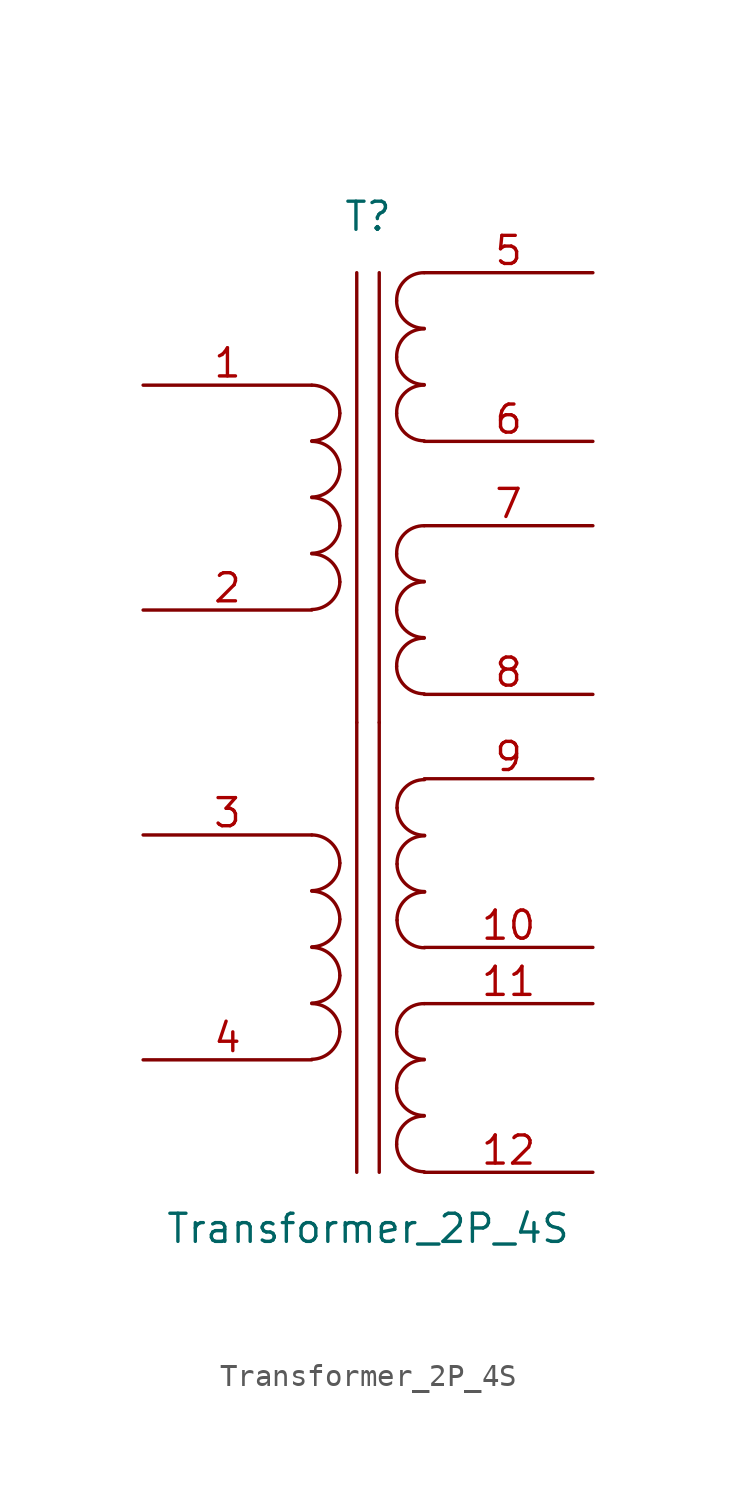
<source format=kicad_sym>
(kicad_symbol_lib
  (version 20220914)
  (generator kicad_symbol_editor)
  (symbol "Transformer_2P_4S"
    (pin_names
      (offset 1.016) hide)
    (property "Reference" "T"
      (at 0 12.7 0)
      (effects (font (size 1.27 1.27))))
    (property "Value" "Transformer_2P_4S"
      (at 0 -33.02 0)
      (effects (font (size 1.27 1.27))))
    (symbol "Transformer_2P_4S_0_1"
      (arc (start -2.54 -25.3746) (mid -1.6561 -25.0063) (end -1.27 -24.13) (stroke (width 0) (type default)) (fill (type none)))
      (arc (start -2.54 -22.8346) (mid -1.6561 -22.4663) (end -1.27 -21.59) (stroke (width 0) (type default)) (fill (type none)))
      (arc (start -2.54 -20.2946) (mid -1.6561 -19.9263) (end -1.27 -19.05) (stroke (width 0) (type default)) (fill (type none)))
      (arc (start -2.54 -17.7546) (mid -1.6561 -17.3863) (end -1.27 -16.51) (stroke (width 0) (type default)) (fill (type none)))
      (arc (start -2.54 -5.0546) (mid -1.6599 -4.6901) (end -1.27 -3.81) (stroke (width 0) (type default)) (fill (type none)))
      (arc (start -2.54 -2.5146) (mid -1.6599 -2.1501) (end -1.27 -1.27) (stroke (width 0) (type default)) (fill (type none)))
      (arc (start -2.54 0.0254) (mid -1.6599 0.3899) (end -1.27 1.27) (stroke (width 0) (type default)) (fill (type none)))
      (arc (start -2.54 2.5654) (mid -1.6599 2.9299) (end -1.27 3.81) (stroke (width 0) (type default)) (fill (type none)))
      (arc (start -1.27 -24.13) (mid -1.642 -23.232) (end -2.54 -22.86) (stroke (width 0) (type default)) (fill (type none)))
      (arc (start -1.27 -21.59) (mid -1.642 -20.692) (end -2.54 -20.32) (stroke (width 0) (type default)) (fill (type none)))
      (arc (start -1.27 -19.05) (mid -1.642 -18.152) (end -2.54 -17.78) (stroke (width 0) (type default)) (fill (type none)))
      (arc (start -1.27 -16.51) (mid -1.642 -15.612) (end -2.54 -15.24) (stroke (width 0) (type default)) (fill (type none)))
      (arc (start -1.27 -3.81) (mid -1.642 -2.912) (end -2.54 -2.54) (stroke (width 0) (type default)) (fill (type none)))
      (arc (start -1.27 -1.27) (mid -1.642 -0.372) (end -2.54 0) (stroke (width 0) (type default)) (fill (type none)))
      (arc (start -1.27 1.27) (mid -1.642 2.168) (end -2.54 2.54) (stroke (width 0) (type default)) (fill (type none)))
      (arc (start -1.27 3.81) (mid -1.642 4.708) (end -2.54 5.08) (stroke (width 0) (type default)) (fill (type none)))
      (polyline (pts (xy -0.508 -30.48) (xy -0.508 -10.16)) (stroke (width 0) (type default)) (fill (type none)))
      (polyline (pts (xy -0.508 -10.16) (xy -0.508 10.16)) (stroke (width 0) (type default)) (fill (type none)))
      (polyline (pts (xy 0.508 -10.16) (xy 0.508 -30.48)) (stroke (width 0) (type default)) (fill (type none)))
      (polyline (pts (xy 0.508 10.16) (xy 0.508 -10.16)) (stroke (width 0) (type default)) (fill (type none)))
      (arc (start 1.2954 -29.21) (mid 1.6599 -30.0901) (end 2.54 -30.4546) (stroke (width 0) (type default)) (fill (type none)))
      (arc (start 1.2954 -26.67) (mid 1.6599 -27.5501) (end 2.54 -27.9146) (stroke (width 0) (type default)) (fill (type none)))
      (arc (start 1.2954 -24.13) (mid 1.6599 -25.0101) (end 2.54 -25.3746) (stroke (width 0) (type default)) (fill (type none)))
      (arc (start 1.2954 -7.62) (mid 1.6599 -8.5001) (end 2.54 -8.8646) (stroke (width 0) (type default)) (fill (type none)))
      (arc (start 1.2954 -5.08) (mid 1.6599 -5.9601) (end 2.54 -6.3246) (stroke (width 0) (type default)) (fill (type none)))
      (arc (start 1.2954 -2.54) (mid 1.6599 -3.4201) (end 2.54 -3.7846) (stroke (width 0) (type default)) (fill (type none)))
      (arc (start 1.2954 3.81) (mid 1.6599 2.9299) (end 2.54 2.5654) (stroke (width 0) (type default)) (fill (type none)))
      (arc (start 1.2954 6.35) (mid 1.6599 5.4699) (end 2.54 5.1054) (stroke (width 0) (type default)) (fill (type none)))
      (arc (start 1.2954 8.89) (mid 1.6599 8.0099) (end 2.54 7.6454) (stroke (width 0) (type default)) (fill (type none)))
      (arc (start 1.3124 -19.092) (mid 1.6769 -19.9721) (end 2.557 -20.3366) (stroke (width 0) (type default)) (fill (type none)))
      (arc (start 1.3124 -16.552) (mid 1.6769 -17.4321) (end 2.557 -17.7966) (stroke (width 0) (type default)) (fill (type none)))
      (arc (start 1.3124 -14.012) (mid 1.6769 -14.8921) (end 2.557 -15.2566) (stroke (width 0) (type default)) (fill (type none)))
      (arc (start 2.54 -27.94) (mid 1.6458 -28.3085) (end 1.2954 -29.21) (stroke (width 0) (type default)) (fill (type none)))
      (arc (start 2.54 -25.4) (mid 1.6458 -25.7685) (end 1.2954 -26.67) (stroke (width 0) (type default)) (fill (type none)))
      (arc (start 2.54 -22.86) (mid 1.6458 -23.2285) (end 1.2954 -24.13) (stroke (width 0) (type default)) (fill (type none)))
      (arc (start 2.54 -6.35) (mid 1.6458 -6.7185) (end 1.2954 -7.62) (stroke (width 0) (type default)) (fill (type none)))
      (arc (start 2.54 -3.81) (mid 1.6458 -4.1785) (end 1.2954 -5.08) (stroke (width 0) (type default)) (fill (type none)))
      (arc (start 2.54 -1.27) (mid 1.6458 -1.6385) (end 1.2954 -2.54) (stroke (width 0) (type default)) (fill (type none)))
      (arc (start 2.54 5.08) (mid 1.642 4.708) (end 1.2954 3.81) (stroke (width 0) (type default)) (fill (type none)))
      (arc (start 2.54 7.62) (mid 1.642 7.248) (end 1.2954 6.35) (stroke (width 0) (type default)) (fill (type none)))
      (arc (start 2.54 10.16) (mid 1.642 9.788) (end 1.2954 8.89) (stroke (width 0) (type default)) (fill (type none)))
      (arc (start 2.557 -17.822) (mid 1.6628 -18.1905) (end 1.3124 -19.092) (stroke (width 0) (type default)) (fill (type none)))
      (arc (start 2.557 -15.282) (mid 1.6628 -15.6505) (end 1.3124 -16.552) (stroke (width 0) (type default)) (fill (type none)))
      (arc (start 2.557 -12.742) (mid 1.6628 -13.1105) (end 1.3124 -14.012) (stroke (width 0) (type default)) (fill (type none))))
    (symbol "Transformer_2P_4S_1_1"
      (pin passive line (at -10.16 5.08 0) (length 7.62) (name "AA" (effects (font (size 1.27 1.27)))) (number "1" (effects (font (size 1.27 1.27)))))
      (pin passive line (at 10.16 -20.32 180) (length 7.62) (name "SB" (effects (font (size 1.27 1.27)))) (number "10" (effects (font (size 1.27 1.27)))))
      (pin passive line (at 10.16 -22.86 180) (length 7.62) (name "SC" (effects (font (size 1.27 1.27)))) (number "11" (effects (font (size 1.27 1.27)))))
      (pin passive line (at 10.16 -30.48 180) (length 7.62) (name "SD" (effects (font (size 1.27 1.27)))) (number "12" (effects (font (size 1.27 1.27)))))
      (pin passive line (at -10.16 -5.08 0) (length 7.62) (name "AB" (effects (font (size 1.27 1.27)))) (number "2" (effects (font (size 1.27 1.27)))))
      (pin passive line (at -10.16 -15.24 0) (length 7.62) (name "AA" (effects (font (size 1.27 1.27)))) (number "3" (effects (font (size 1.27 1.27)))))
      (pin passive line (at -10.16 -25.4 0) (length 7.62) (name "AB" (effects (font (size 1.27 1.27)))) (number "4" (effects (font (size 1.27 1.27)))))
      (pin passive line (at 10.16 10.16 180) (length 7.62) (name "SA" (effects (font (size 1.27 1.27)))) (number "5" (effects (font (size 1.27 1.27)))))
      (pin passive line (at 10.16 2.54 180) (length 7.62) (name "SB" (effects (font (size 1.27 1.27)))) (number "6" (effects (font (size 1.27 1.27)))))
      (pin passive line (at 10.16 -1.27 180) (length 7.62) (name "SC" (effects (font (size 1.27 1.27)))) (number "7" (effects (font (size 1.27 1.27)))))
      (pin passive line (at 10.16 -8.89 180) (length 7.62) (name "SD" (effects (font (size 1.27 1.27)))) (number "8" (effects (font (size 1.27 1.27)))))
      (pin passive line (at 10.16 -12.7 180) (length 7.62) (name "SA" (effects (font (size 1.27 1.27)))) (number "9" (effects (font (size 1.27 1.27))))))))
</source>
